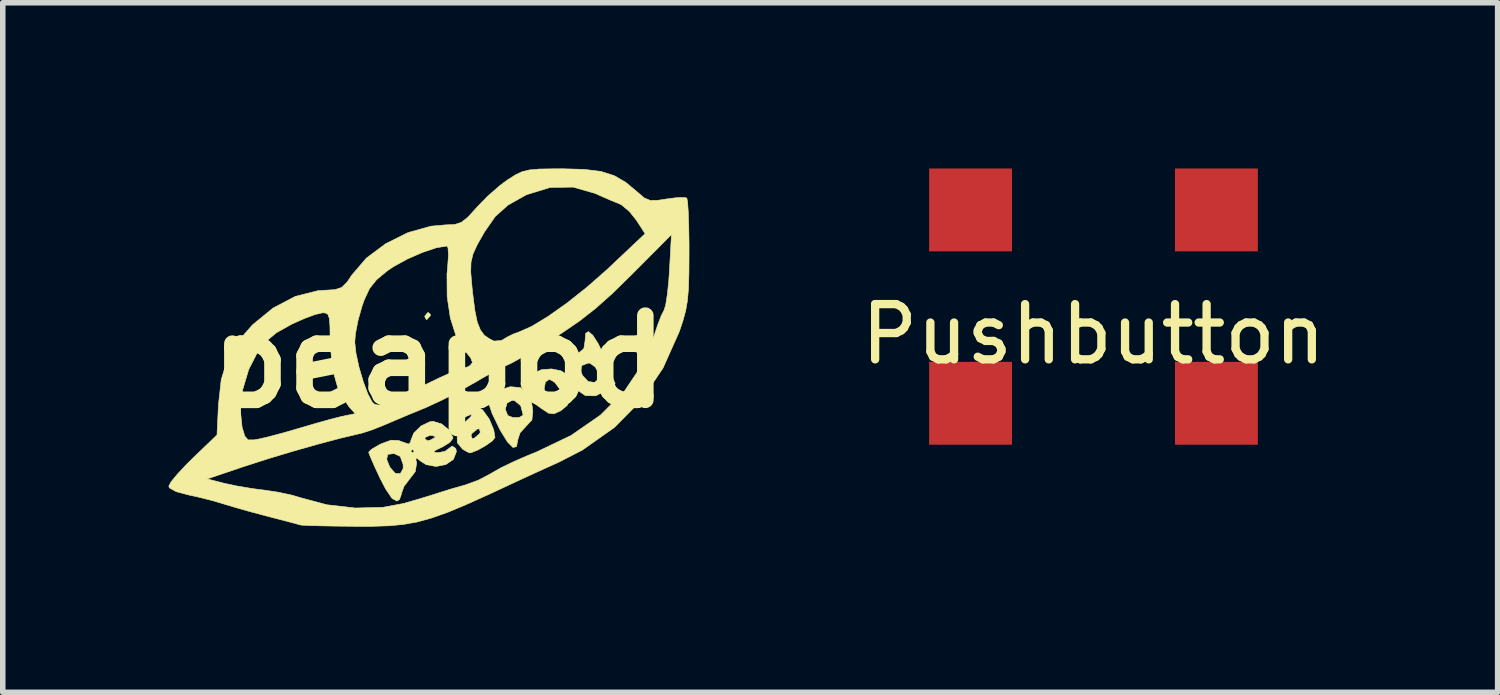
<source format=kicad_pcb>
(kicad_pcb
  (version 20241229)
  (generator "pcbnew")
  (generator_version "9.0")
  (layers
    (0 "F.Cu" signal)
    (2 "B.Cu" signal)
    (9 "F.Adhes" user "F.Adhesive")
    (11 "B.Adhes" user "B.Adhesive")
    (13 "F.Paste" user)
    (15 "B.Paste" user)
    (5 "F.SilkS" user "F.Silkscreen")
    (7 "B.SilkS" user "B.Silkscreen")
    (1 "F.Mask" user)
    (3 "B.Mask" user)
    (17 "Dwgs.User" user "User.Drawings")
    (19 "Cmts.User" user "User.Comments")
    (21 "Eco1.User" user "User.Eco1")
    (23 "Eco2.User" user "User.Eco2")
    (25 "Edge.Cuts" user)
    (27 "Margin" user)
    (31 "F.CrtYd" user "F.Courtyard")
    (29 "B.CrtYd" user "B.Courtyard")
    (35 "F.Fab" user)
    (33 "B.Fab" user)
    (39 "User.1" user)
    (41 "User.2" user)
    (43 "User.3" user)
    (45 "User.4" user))
  (footprint "peapod"
    (layer "F.Cu")
    (at 4.894 3.498)
    (property "Reference" "peapod" (at 0 0 0) (layer "F.SilkS") (effects (font (size 1.524 1.524) (thickness 0.3))))
    (attr through_hole)
    (fp_poly (pts (xy -0.149 -0.85) (xy -0.159 -0.826) (xy -0.216 -0.765) (xy -0.226 -0.762) (xy -0.253 -0.811) (xy -0.254 -0.826) (xy -0.205 -0.887) (xy -0.187 -0.889) (xy -0.149 -0.85)) (stroke (width 0.01) (type solid)) (fill yes) (layer "F.SilkS"))
    (fp_poly (pts (xy 0.666 0.788) (xy 0.793 0.873) (xy 0.912 1.037) (xy 0.994 1.234) (xy 1.016 1.372) (xy 0.966 1.435) (xy 0.845 1.52) (xy 0.702 1.6) (xy 0.583 1.647) (xy 0.548 1.649) (xy 0.494 1.62) (xy 0.429 1.582) (xy 0.333 1.465) (xy 0.332 1.33) (xy 0.583 1.33) (xy 0.601 1.389) (xy 0.639 1.385) (xy 0.735 1.305) (xy 0.75 1.274) (xy 0.733 1.215) (xy 0.695 1.218) (xy 0.598 1.299) (xy 0.583 1.33) (xy 0.332 1.33) (xy 0.332 1.306) (xy 0.421 1.144) (xy 0.485 1.084) (xy 0.578 0.997) (xy 0.592 0.954) (xy 0.585 0.953) (xy 0.488 0.993) (xy 0.422 1.048) (xy 0.3 1.132) (xy 0.214 1.122) (xy 0.191 1.049) (xy 0.246 0.932) (xy 0.382 0.835) (xy 0.55 0.783) (xy 0.666 0.788)) (stroke (width 0.01) (type solid)) (fill yes) (layer "F.SilkS"))
    (fp_poly (pts (xy 0.049 1.125) (xy 0.184 1.235) (xy 0.253 1.367) (xy 0.254 1.386) (xy 0.201 1.458) (xy 0.072 1.539) (xy 0.048 1.55) (xy -0.075 1.61) (xy -0.087 1.638) (xy -0.02 1.646) (xy 0.108 1.624) (xy 0.159 1.587) (xy 0.241 1.526) (xy 0.307 1.57) (xy 0.318 1.628) (xy 0.263 1.768) (xy 0.127 1.861) (xy -0.051 1.896) (xy -0.23 1.863) (xy -0.324 1.804) (xy -0.404 1.739) (xy -0.416 1.771) (xy -0.402 1.832) (xy -0.426 1.988) (xy -0.527 2.12) (xy -0.632 2.258) (xy -0.676 2.381) (xy -0.676 2.391) (xy -0.713 2.495) (xy -0.762 2.521) (xy -0.847 2.474) (xy -0.961 2.307) (xy -1.064 2.11) (xy -1.163 1.897) (xy -1.219 1.769) (xy -0.944 1.769) (xy -0.887 1.909) (xy -0.789 2.02) (xy -0.697 2.025) (xy -0.646 1.932) (xy -0.647 1.857) (xy -0.699 1.714) (xy -0.81 1.662) (xy -0.925 1.677) (xy -0.944 1.769) (xy -1.219 1.769) (xy -1.236 1.731) (xy -1.269 1.642) (xy -1.27 1.637) (xy -1.253 1.619) (xy -0.508 1.619) (xy -0.476 1.651) (xy -0.445 1.619) (xy -0.476 1.587) (xy -0.508 1.619) (xy -1.253 1.619) (xy -1.218 1.585) (xy -1.09 1.509) (xy -1.045 1.486) (xy -0.865 1.42) (xy -0.727 1.426) (xy -0.664 1.45) (xy -0.549 1.49) (xy -0.51 1.456) (xy -0.508 1.427) (xy -0.495 1.395) (xy -0.254 1.395) (xy -0.207 1.43) (xy -0.159 1.42) (xy -0.075 1.375) (xy -0.064 1.358) (xy -0.115 1.336) (xy -0.159 1.333) (xy -0.243 1.367) (xy -0.254 1.395) (xy -0.495 1.395) (xy -0.454 1.291) (xy -0.324 1.164) (xy -0.165 1.087) (xy -0.105 1.079) (xy 0.049 1.125)) (stroke (width 0.01) (type solid)) (fill yes) (layer "F.SilkS"))
    (fp_poly (pts (xy 2.788 -0.478) (xy 2.889 -0.319) (xy 3.001 -0.076) (xy 3.003 -0.07) (xy 3.192 0.4) (xy 3.04 0.516) (xy 2.839 0.617) (xy 2.653 0.614) (xy 2.532 0.53) (xy 2.468 0.469) (xy 2.434 0.508) (xy 2.413 0.607) (xy 2.322 0.792) (xy 2.21 0.885) (xy 2.084 0.943) (xy 1.985 0.931) (xy 1.857 0.847) (xy 1.675 0.712) (xy 1.701 0.888) (xy 1.685 1.054) (xy 1.579 1.167) (xy 1.469 1.289) (xy 1.431 1.407) (xy 1.406 1.537) (xy 1.342 1.552) (xy 1.244 1.455) (xy 1.117 1.25) (xy 1.091 1.199) (xy 0.965 0.939) (xy 0.938 0.859) (xy 1.202 0.859) (xy 1.246 0.97) (xy 1.249 0.974) (xy 1.34 1.011) (xy 1.453 1.009) (xy 1.521 0.97) (xy 1.524 0.958) (xy 1.482 0.796) (xy 1.374 0.706) (xy 1.327 0.699) (xy 1.235 0.748) (xy 1.202 0.859) (xy 0.938 0.859) (xy 0.906 0.762) (xy 0.913 0.645) (xy 0.985 0.565) (xy 1.061 0.524) (xy 1.294 0.452) (xy 1.479 0.469) (xy 1.582 0.556) (xy 1.627 0.613) (xy 1.646 0.567) (xy 1.649 0.486) (xy 1.906 0.486) (xy 1.934 0.617) (xy 1.976 0.681) (xy 2.079 0.723) (xy 2.182 0.695) (xy 2.223 0.624) (xy 2.184 0.489) (xy 2.095 0.369) (xy 2.059 0.349) (xy 2.349 0.349) (xy 2.381 0.381) (xy 2.413 0.349) (xy 2.381 0.318) (xy 2.349 0.349) (xy 2.059 0.349) (xy 1.998 0.318) (xy 1.929 0.368) (xy 1.906 0.486) (xy 1.649 0.486) (xy 1.649 0.473) (xy 1.674 0.31) (xy 1.727 0.203) (xy 1.858 0.144) (xy 2.041 0.13) (xy 2.209 0.164) (xy 2.273 0.203) (xy 2.328 0.232) (xy 2.344 0.173) (xy 2.568 0.173) (xy 2.601 0.249) (xy 2.702 0.357) (xy 2.817 0.375) (xy 2.888 0.319) (xy 2.894 0.211) (xy 2.83 0.094) (xy 2.733 0.026) (xy 2.701 0.025) (xy 2.579 0.072) (xy 2.568 0.173) (xy 2.344 0.173) (xy 2.348 0.156) (xy 2.349 0.107) (xy 2.396 -0.056) (xy 2.503 -0.136) (xy 2.624 -0.237) (xy 2.646 -0.373) (xy 2.657 -0.514) (xy 2.707 -0.546) (xy 2.788 -0.478)) (stroke (width 0.01) (type solid)) (fill yes) (layer "F.SilkS"))
    (fp_poly (pts (xy 2.631 -3.482) (xy 2.933 -3.445) (xy 3.174 -3.369) (xy 3.384 -3.247) (xy 3.597 -3.069) (xy 3.719 -2.965) (xy 3.826 -2.92) (xy 3.97 -2.923) (xy 4.118 -2.946) (xy 4.311 -2.971) (xy 4.449 -2.973) (xy 4.489 -2.962) (xy 4.503 -2.887) (xy 4.515 -2.709) (xy 4.524 -2.451) (xy 4.529 -2.135) (xy 4.529 -1.984) (xy 4.527 -1.607) (xy 4.519 -1.326) (xy 4.5 -1.108) (xy 4.468 -0.924) (xy 4.418 -0.74) (xy 4.352 -0.544) (xy 4.057 0.116) (xy 3.666 0.695) (xy 3.179 1.189) (xy 2.599 1.598) (xy 2.174 1.817) (xy 1.908 1.937) (xy 1.652 2.054) (xy 1.454 2.145) (xy 1.429 2.157) (xy 0.921 2.394) (xy 0.506 2.581) (xy 0.164 2.724) (xy -0.128 2.828) (xy -0.389 2.9) (xy -0.64 2.945) (xy -0.903 2.97) (xy -1.199 2.979) (xy -1.512 2.979) (xy -1.846 2.976) (xy -2.136 2.971) (xy -2.358 2.965) (xy -2.487 2.958) (xy -2.508 2.954) (xy -2.595 2.93) (xy -2.773 2.883) (xy -3.009 2.822) (xy -3.111 2.795) (xy -3.394 2.72) (xy -3.663 2.644) (xy -3.869 2.583) (xy -3.905 2.571) (xy -4.118 2.509) (xy -4.379 2.444) (xy -4.524 2.413) (xy -4.755 2.352) (xy -4.875 2.285) (xy -4.889 2.252) (xy -4.846 2.172) (xy -4.804 2.121) (xy -4.193 2.121) (xy -3.89 2.199) (xy -3.656 2.249) (xy -3.369 2.297) (xy -3.175 2.322) (xy -2.91 2.361) (xy -2.655 2.416) (xy -2.508 2.46) (xy -2.027 2.589) (xy -1.513 2.648) (xy -1.014 2.635) (xy -0.645 2.567) (xy -0.392 2.494) (xy -0.144 2.419) (xy -0.032 2.383) (xy 0.209 2.307) (xy 0.459 2.236) (xy 0.483 2.229) (xy 0.715 2.144) (xy 0.938 2.027) (xy 0.963 2.011) (xy 1.12 1.922) (xy 1.356 1.808) (xy 1.631 1.688) (xy 1.767 1.634) (xy 2.392 1.335) (xy 2.924 0.967) (xy 3.358 0.534) (xy 3.686 0.045) (xy 3.881 -0.426) (xy 3.956 -0.652) (xy 4.026 -0.834) (xy 4.076 -0.933) (xy 4.077 -0.934) (xy 4.106 -1.027) (xy 4.136 -1.216) (xy 4.162 -1.47) (xy 4.175 -1.656) (xy 4.21 -2.301) (xy 3.486 -1.574) (xy 3.14 -1.235) (xy 2.838 -0.966) (xy 2.544 -0.736) (xy 2.222 -0.516) (xy 2.023 -0.391) (xy 1.749 -0.225) (xy 1.513 -0.086) (xy 1.336 0.013) (xy 1.239 0.061) (xy 1.229 0.064) (xy 1.154 0.094) (xy 0.998 0.177) (xy 0.787 0.296) (xy 0.667 0.367) (xy 0.373 0.532) (xy 0.053 0.696) (xy -0.234 0.829) (xy -0.286 0.85) (xy -0.548 0.958) (xy -0.804 1.066) (xy -0.993 1.147) (xy -1.201 1.23) (xy -1.395 1.293) (xy -1.438 1.303) (xy -1.777 1.383) (xy -2.195 1.494) (xy -2.65 1.623) (xy -3.101 1.759) (xy -3.508 1.89) (xy -3.509 1.89) (xy -4.193 2.121) (xy -4.804 2.121) (xy -4.73 2.031) (xy -4.56 1.851) (xy -4.453 1.745) (xy -4.016 1.325) (xy -3.994 0.868) (xy -3.594 0.868) (xy -3.562 1.183) (xy -3.561 1.188) (xy -3.512 1.348) (xy -3.453 1.414) (xy -3.343 1.414) (xy -3.254 1.398) (xy -3.082 1.358) (xy -2.834 1.292) (xy -2.557 1.213) (xy -2.477 1.189) (xy -2.204 1.109) (xy -1.952 1.039) (xy -1.764 0.991) (xy -1.725 0.983) (xy -1.514 0.94) (xy -1.636 0.803) (xy -1.819 0.509) (xy -1.93 0.114) (xy -1.967 -0.353) (xy -1.522 -0.353) (xy -1.5 -0.153) (xy -1.445 0.1) (xy -1.368 0.361) (xy -1.284 0.586) (xy -1.205 0.732) (xy -1.202 0.736) (xy -1.158 0.773) (xy -1.096 0.784) (xy -0.996 0.762) (xy -0.841 0.701) (xy -0.612 0.595) (xy -0.292 0.438) (xy -0.237 0.411) (xy 0.011 0.291) (xy 0.221 0.196) (xy 0.363 0.138) (xy 0.405 0.126) (xy 0.519 0.094) (xy 0.567 0.068) (xy 0.608 0.015) (xy 0.576 -0.07) (xy 0.462 -0.212) (xy 0.314 -0.457) (xy 0.208 -0.791) (xy 0.15 -1.18) (xy 0.147 -1.591) (xy 0.151 -1.624) (xy 0.577 -1.624) (xy 0.598 -1.379) (xy 0.613 -1.234) (xy 0.652 -0.927) (xy 0.695 -0.718) (xy 0.751 -0.577) (xy 0.822 -0.48) (xy 0.975 -0.372) (xy 1.134 -0.385) (xy 1.238 -0.447) (xy 1.347 -0.501) (xy 1.447 -0.537) (xy 1.678 -0.639) (xy 1.975 -0.819) (xy 2.315 -1.059) (xy 2.675 -1.344) (xy 3.033 -1.658) (xy 3.096 -1.717) (xy 3.733 -2.318) (xy 3.579 -2.558) (xy 3.448 -2.721) (xy 3.308 -2.838) (xy 3.268 -2.859) (xy 3.114 -2.921) (xy 2.911 -3.01) (xy 2.829 -3.047) (xy 2.429 -3.161) (xy 2.011 -3.154) (xy 1.589 -3.024) (xy 1.565 -3.012) (xy 1.251 -2.835) (xy 1.02 -2.628) (xy 0.826 -2.349) (xy 0.821 -2.341) (xy 0.696 -2.12) (xy 0.619 -1.953) (xy 0.582 -1.802) (xy 0.577 -1.624) (xy 0.151 -1.624) (xy 0.159 -1.716) (xy 0.174 -1.926) (xy 0.166 -2.061) (xy 0.145 -2.095) (xy -0.046 -2.063) (xy -0.299 -1.978) (xy -0.571 -1.859) (xy -0.82 -1.722) (xy -0.93 -1.648) (xy -1.127 -1.485) (xy -1.254 -1.326) (xy -1.351 -1.118) (xy -1.39 -1.007) (xy -1.462 -0.753) (xy -1.51 -0.504) (xy -1.522 -0.353) (xy -1.967 -0.353) (xy -1.968 -0.374) (xy -1.968 -0.382) (xy -1.971 -0.634) (xy -1.982 -0.784) (xy -2.009 -0.859) (xy -2.06 -0.884) (xy -2.111 -0.885) (xy -2.238 -0.855) (xy -2.436 -0.782) (xy -2.661 -0.681) (xy -2.667 -0.678) (xy -2.942 -0.524) (xy -3.138 -0.359) (xy -3.278 -0.18) (xy -3.442 0.141) (xy -3.551 0.506) (xy -3.594 0.868) (xy -3.994 0.868) (xy -3.989 0.774) (xy -3.94 0.327) (xy -3.829 -0.039) (xy -3.639 -0.364) (xy -3.373 -0.668) (xy -3.001 -0.972) (xy -2.6 -1.182) (xy -2.194 -1.285) (xy -2.08 -1.293) (xy -1.88 -1.305) (xy -1.756 -1.346) (xy -1.66 -1.443) (xy -1.575 -1.569) (xy -1.313 -1.875) (xy -0.962 -2.137) (xy -0.56 -2.337) (xy -0.144 -2.454) (xy 0.114 -2.477) (xy 0.284 -2.484) (xy 0.407 -2.523) (xy 0.524 -2.615) (xy 0.677 -2.783) (xy 0.679 -2.786) (xy 0.88 -2.993) (xy 1.11 -3.194) (xy 1.245 -3.293) (xy 1.384 -3.381) (xy 1.504 -3.439) (xy 1.638 -3.472) (xy 1.818 -3.488) (xy 2.076 -3.492) (xy 2.236 -3.493) (xy 2.631 -3.482)) (stroke (width 0.01) (type solid)) (fill yes) (layer "F.SilkS")))
  (footprint "Pushbutton"
    (layer "F.Cu")
    (at 16.744 2.5)
    (property "Reference" "Pushbutton" (at 0 0.5 0) (layer "F.SilkS") (effects (font (size 1 1) (thickness 0.15))))
    (attr through_hole)
    (pad "1" smd rect (at -2.225 -1.75) (size 1.5 1.5) (layers "F.Cu" "F.Mask" "F.Paste"))
    (pad "1" smd rect (at 2.225 -1.75) (size 1.5 1.5) (layers "F.Cu" "F.Mask" "F.Paste"))
    (pad "2" smd rect (at -2.225 1.75) (size 1.5 1.5) (layers "F.Cu" "F.Mask" "F.Paste"))
    (pad "2" smd rect (at 2.225 1.75) (size 1.5 1.5) (layers "F.Cu" "F.Mask" "F.Paste")))
  (gr_rect
    (start -3 -3)
    (end 24.06 9.482)
    (stroke (width 0.1) (type default))
    (fill no)
    (layer "Edge.Cuts")))
</source>
